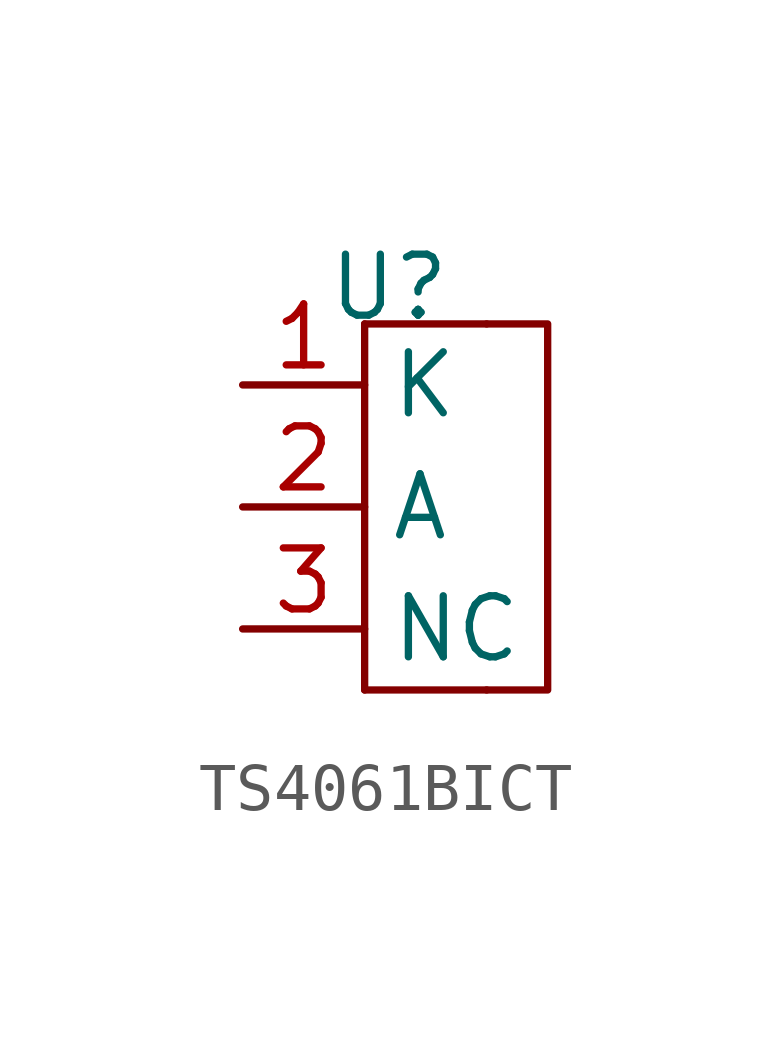
<source format=kicad_sym>
(kicad_symbol_lib
  (version 20231120)
  (generator "kicad_symbol_editor")
  (generator_version "8.0")
  (symbol "TS4061BICT"
    (property "Reference" "U"
      (at 0.508 8.382 0)
      (effects (font (size 1.27 1.27))))
    (property "Value" ""
      (at 0 0 0)
      (effects (font (size 1.27 1.27))))
    (symbol "TS4061BICT_0_1"
      (polyline (pts (xy 2.54 7.62) (xy 3.81 7.62) (xy 3.81 0) (xy 2.54 0)) (stroke (width 0) (type default)) (fill (type none)))
      (rectangle (start 0 0) (end 2.54 0) (stroke (width 0) (type default)) (fill (type none)))
      (rectangle (start 0 7.62) (end 0 0) (stroke (width 0) (type default)) (fill (type none)))
      (rectangle (start 0 7.62) (end 2.54 7.62) (stroke (width 0) (type default)) (fill (type none))))
    (symbol "TS4061BICT_1_1"
      (pin input line (at -2.54 6.35 0) (length 2.54) (name "K" (effects (font (size 1.27 1.27)))) (number "1" (effects (font (size 1.27 1.27)))))
      (pin input line (at -2.54 3.81 0) (length 2.54) (name "A" (effects (font (size 1.27 1.27)))) (number "2" (effects (font (size 1.27 1.27)))))
      (pin input line (at -2.54 1.27 0) (length 2.54) (name "NC" (effects (font (size 1.27 1.27)))) (number "3" (effects (font (size 1.27 1.27))))))))
</source>
